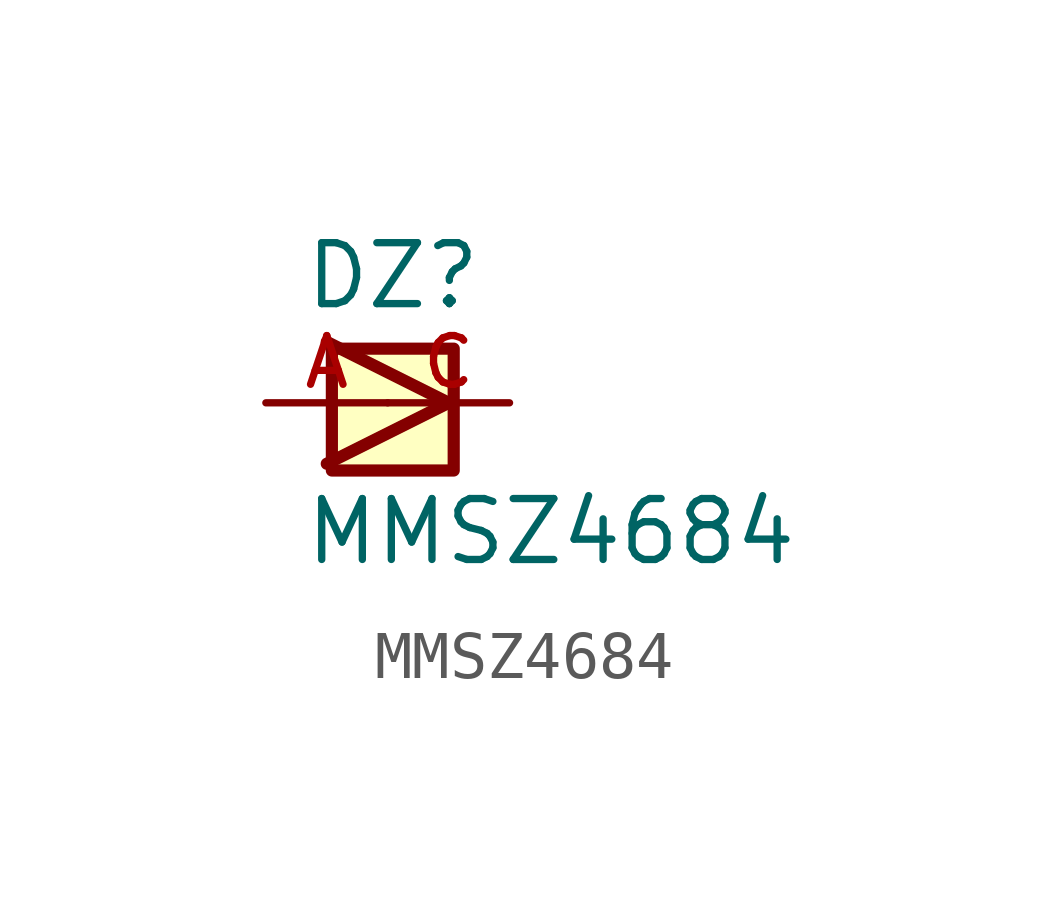
<source format=kicad_sym>
(kicad_symbol_lib
  (version 20211014)
  (generator kicad_symbol_editor)
  (symbol "MMSZ4684"
    (pin_names
      (offset 1.016))
    (property "Reference" "DZ"
      (at -1.778 1.905 0)
      (effects (font (size 1.27 1.27)) (justify bottom left)))
    (property "Value" "MMSZ4684"
      (at -1.778 -3.429 0)
      (effects (font (size 1.27 1.27)) (justify bottom left)))
    (symbol "MMSZ4684_0_0"
      (polyline (pts (xy -1.27 -1.27) (xy 1.27 0.0)) (stroke (width 0.254)))
      (polyline (pts (xy 1.27 0.0) (xy -1.27 1.27)) (stroke (width 0.254)))
      (rectangle (start -1.164 -1.411) (end 1.376 1.129) (stroke (width 0.254)) (fill (type background)))
      (pin passive line (at -2.54 0.0 0) (length 2.54) (name "~" (effects (font (size 1.016 1.016)))) (number "A" (effects (font (size 1.016 1.016)))))
      (pin passive line (at 2.54 0.0 180.0) (length 2.54) (name "~" (effects (font (size 1.016 1.016)))) (number "C" (effects (font (size 1.016 1.016))))))))
</source>
